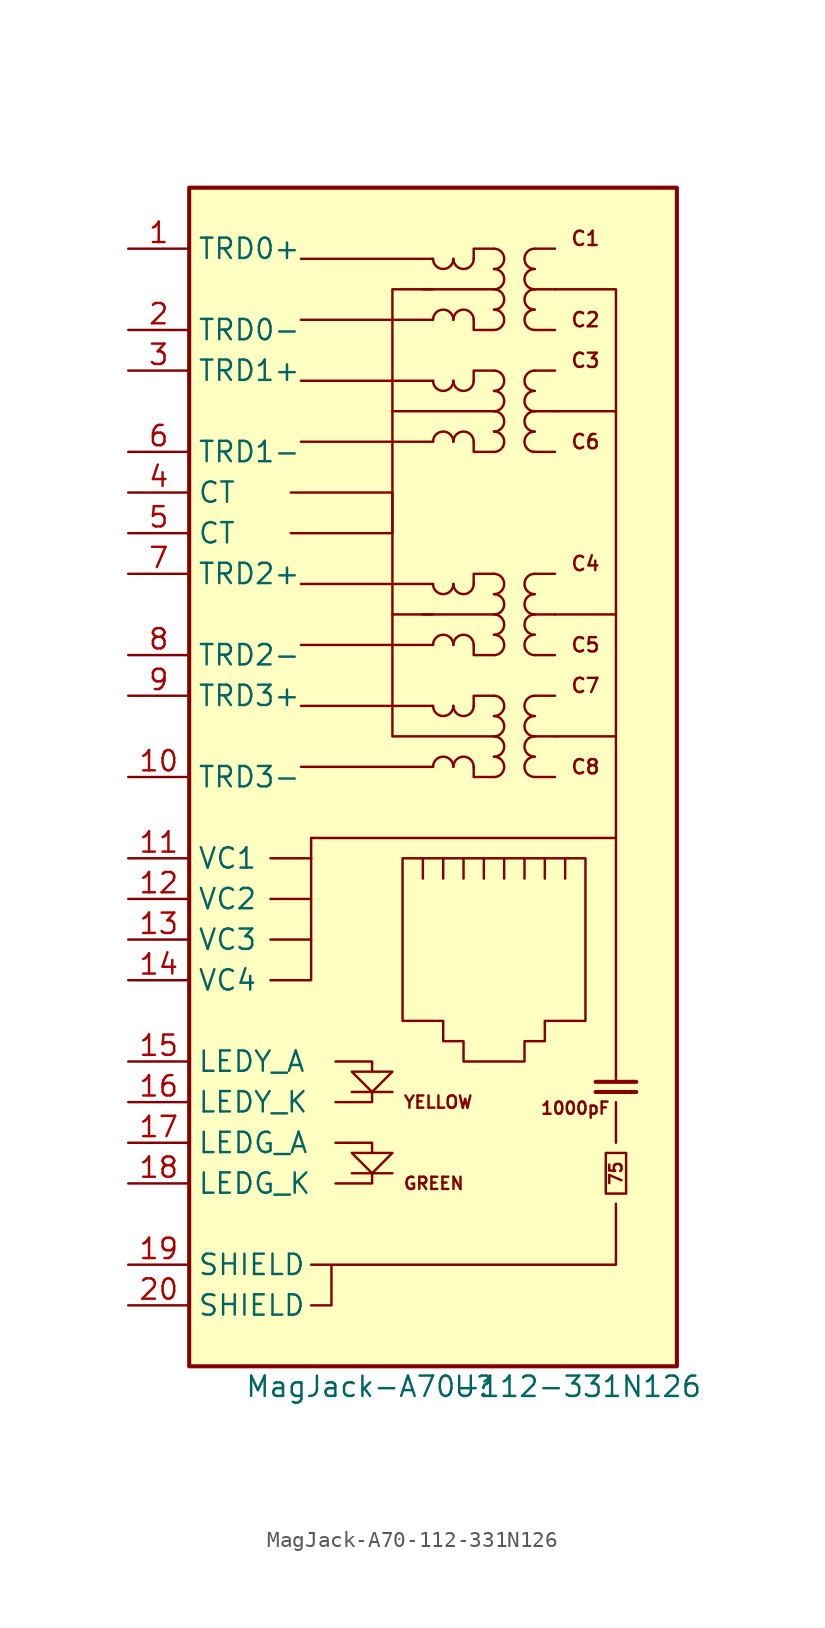
<source format=kicad_sym>
(kicad_symbol_lib
  (version 20231120)
  (generator "kicad_symbol_editor")
  (generator_version "8.0")
  (symbol "MagJack-A70-112-331N126"
    (property "Reference" "U"
      (at 0 0 0)
      (effects (font (size 1.27 1.27))))
    (property "Value" "MagJack-A70-112-331N126"
      (at 0 0 0)
      (effects (font (size 1.27 1.27))))
    (symbol "MagJack-A70-112-331N126_0_1"
      (polyline (pts (xy 1.27 40.64) (xy -5.08 40.64) (xy -5.08 48.26) (xy -2.54 48.26) (xy -5.08 48.26)) (stroke (width 0) (type default)) (fill (type none)))
      (polyline (pts (xy 1.27 60.96) (xy -5.08 60.96) (xy -5.08 68.58) (xy -2.54 68.58) (xy -5.08 68.58)) (stroke (width 0) (type default)) (fill (type none))))
    (symbol "MagJack-A70-112-331N126_1_1"
      (rectangle (start -17.78 1.27) (end 12.7 74.93) (stroke (width 0.254) (type default)) (fill (type background)))
      (arc (start -2.54 42.545) (mid -1.905 41.9127) (end -1.27 42.545) (stroke (width 0) (type default)) (fill (type none)))
      (arc (start -2.54 50.165) (mid -1.905 49.5327) (end -1.27 50.165) (stroke (width 0) (type default)) (fill (type none)))
      (arc (start -2.54 62.865) (mid -1.905 62.2327) (end -1.27 62.865) (stroke (width 0) (type default)) (fill (type none)))
      (arc (start -2.54 70.485) (mid -1.905 69.8527) (end -1.27 70.485) (stroke (width 0) (type default)) (fill (type none)))
      (arc (start -1.27 38.735) (mid -1.905 39.3672) (end -2.54 38.735) (stroke (width 0) (type default)) (fill (type none)))
      (arc (start -1.27 42.545) (mid -0.635 41.9127) (end 0 42.545) (stroke (width 0) (type default)) (fill (type none)))
      (arc (start -1.27 46.355) (mid -1.905 46.9872) (end -2.54 46.355) (stroke (width 0) (type default)) (fill (type none)))
      (arc (start -1.27 50.165) (mid -0.635 49.5327) (end 0 50.165) (stroke (width 0) (type default)) (fill (type none)))
      (arc (start -1.27 59.055) (mid -1.905 59.6872) (end -2.54 59.055) (stroke (width 0) (type default)) (fill (type none)))
      (arc (start -1.27 62.865) (mid -0.635 62.2327) (end 0 62.865) (stroke (width 0) (type default)) (fill (type none)))
      (arc (start -1.27 66.675) (mid -1.905 67.3072) (end -2.54 66.675) (stroke (width 0) (type default)) (fill (type none)))
      (arc (start -1.27 70.485) (mid -0.635 69.8527) (end 0 70.485) (stroke (width 0) (type default)) (fill (type none)))
      (polyline (pts (xy -12.7 27.94) (xy -10.16 27.94)) (stroke (width 0) (type default)) (fill (type none)))
      (polyline (pts (xy -12.7 30.48) (xy -10.16 30.48)) (stroke (width 0) (type default)) (fill (type none)))
      (polyline (pts (xy -12.7 33.02) (xy -10.16 33.02)) (stroke (width 0) (type default)) (fill (type none)))
      (polyline (pts (xy -10.16 33.02) (xy -10.16 34.29)) (stroke (width 0) (type default)) (fill (type none)))
      (polyline (pts (xy -5.08 13.335) (xy -7.62 13.335)) (stroke (width 0) (type default)) (fill (type none)))
      (polyline (pts (xy -5.08 18.415) (xy -7.62 18.415)) (stroke (width 0) (type default)) (fill (type none)))
      (polyline (pts (xy -5.08 48.26) (xy -5.08 60.96)) (stroke (width 0) (type default)) (fill (type none)))
      (polyline (pts (xy -3.175 31.75) (xy -3.175 33.02)) (stroke (width 0) (type default)) (fill (type none)))
      (polyline (pts (xy -3.175 48.26) (xy 1.27 48.26)) (stroke (width 0) (type default)) (fill (type none)))
      (polyline (pts (xy -3.175 68.58) (xy 1.27 68.58)) (stroke (width 0) (type default)) (fill (type none)))
      (polyline (pts (xy -2.54 38.735) (xy -10.795 38.735)) (stroke (width 0) (type default)) (fill (type none)))
      (polyline (pts (xy -2.54 42.545) (xy -10.795 42.545)) (stroke (width 0) (type default)) (fill (type none)))
      (polyline (pts (xy -2.54 46.355) (xy -10.795 46.355)) (stroke (width 0) (type default)) (fill (type none)))
      (polyline (pts (xy -2.54 50.165) (xy -10.795 50.165)) (stroke (width 0) (type default)) (fill (type none)))
      (polyline (pts (xy -2.54 59.055) (xy -10.795 59.055)) (stroke (width 0) (type default)) (fill (type none)))
      (polyline (pts (xy -2.54 62.865) (xy -10.795 62.865)) (stroke (width 0) (type default)) (fill (type none)))
      (polyline (pts (xy -2.54 66.675) (xy -10.795 66.675)) (stroke (width 0) (type default)) (fill (type none)))
      (polyline (pts (xy -2.54 70.485) (xy -10.795 70.485)) (stroke (width 0) (type default)) (fill (type none)))
      (polyline (pts (xy -1.905 33.02) (xy -1.905 31.75)) (stroke (width 0) (type default)) (fill (type none)))
      (polyline (pts (xy -0.635 33.02) (xy -0.635 31.75)) (stroke (width 0) (type default)) (fill (type none)))
      (polyline (pts (xy 0.635 33.02) (xy 0.635 31.75)) (stroke (width 0) (type default)) (fill (type none)))
      (polyline (pts (xy 1.905 33.02) (xy 1.905 31.75)) (stroke (width 0) (type default)) (fill (type none)))
      (polyline (pts (xy 3.175 33.02) (xy 3.175 31.75)) (stroke (width 0) (type default)) (fill (type none)))
      (polyline (pts (xy 3.81 38.1) (xy 5.08 38.1)) (stroke (width 0) (type default)) (fill (type none)))
      (polyline (pts (xy 3.81 40.64) (xy 5.08 40.64)) (stroke (width 0) (type default)) (fill (type none)))
      (polyline (pts (xy 3.81 43.18) (xy 5.08 43.18)) (stroke (width 0) (type default)) (fill (type none)))
      (polyline (pts (xy 3.81 45.72) (xy 5.08 45.72)) (stroke (width 0) (type default)) (fill (type none)))
      (polyline (pts (xy 3.81 48.26) (xy 5.08 48.26)) (stroke (width 0) (type default)) (fill (type none)))
      (polyline (pts (xy 3.81 50.8) (xy 5.08 50.8)) (stroke (width 0) (type default)) (fill (type none)))
      (polyline (pts (xy 3.81 58.42) (xy 5.08 58.42)) (stroke (width 0) (type default)) (fill (type none)))
      (polyline (pts (xy 3.81 60.96) (xy 5.08 60.96)) (stroke (width 0) (type default)) (fill (type none)))
      (polyline (pts (xy 3.81 63.5) (xy 5.08 63.5)) (stroke (width 0) (type default)) (fill (type none)))
      (polyline (pts (xy 3.81 66.04) (xy 5.08 66.04)) (stroke (width 0) (type default)) (fill (type none)))
      (polyline (pts (xy 3.81 68.58) (xy 5.08 68.58)) (stroke (width 0) (type default)) (fill (type none)))
      (polyline (pts (xy 3.81 71.12) (xy 5.08 71.12)) (stroke (width 0) (type default)) (fill (type none)))
      (polyline (pts (xy 4.445 31.75) (xy 4.445 33.02)) (stroke (width 0) (type default)) (fill (type none)))
      (polyline (pts (xy 5.08 40.64) (xy 8.89 40.64)) (stroke (width 0) (type default)) (fill (type none)))
      (polyline (pts (xy 5.08 48.26) (xy 8.89 48.26)) (stroke (width 0) (type default)) (fill (type none)))
      (polyline (pts (xy 5.08 60.96) (xy 8.89 60.96)) (stroke (width 0) (type default)) (fill (type none)))
      (polyline (pts (xy 5.715 31.75) (xy 5.715 33.02)) (stroke (width 0) (type default)) (fill (type none)))
      (polyline (pts (xy 7.62 18.415) (xy 10.16 18.415)) (stroke (width 0.254) (type default)) (fill (type none)))
      (polyline (pts (xy 7.62 19.05) (xy 10.16 19.05)) (stroke (width 0.254) (type default)) (fill (type none)))
      (polyline (pts (xy 8.89 15.24) (xy 8.89 17.78)) (stroke (width 0) (type default)) (fill (type none)))
      (polyline (pts (xy 8.89 19.05) (xy 8.89 34.29)) (stroke (width 0) (type default)) (fill (type none)))
      (polyline (pts (xy -10.16 33.02) (xy -10.16 25.4) (xy -12.7 25.4)) (stroke (width 0) (type default)) (fill (type none)))
      (polyline (pts (xy -8.636 12.7) (xy -6.35 12.7) (xy -6.35 13.335)) (stroke (width 0) (type default)) (fill (type none)))
      (polyline (pts (xy -8.636 15.24) (xy -6.35 15.24) (xy -6.35 14.605)) (stroke (width 0) (type default)) (fill (type none)))
      (polyline (pts (xy -8.636 20.32) (xy -6.35 20.32) (xy -6.35 19.685)) (stroke (width 0) (type default)) (fill (type none)))
      (polyline (pts (xy -6.35 18.415) (xy -6.35 17.78) (xy -8.636 17.78)) (stroke (width 0) (type default)) (fill (type none)))
      (polyline (pts (xy 0 38.735) (xy 0 38.1) (xy 1.27 38.1)) (stroke (width 0) (type default)) (fill (type none)))
      (polyline (pts (xy 0 46.355) (xy 0 45.72) (xy 1.27 45.72)) (stroke (width 0) (type default)) (fill (type none)))
      (polyline (pts (xy 0 59.055) (xy 0 58.42) (xy 1.27 58.42)) (stroke (width 0) (type default)) (fill (type none)))
      (polyline (pts (xy 0 66.675) (xy 0 66.04) (xy 1.27 66.04)) (stroke (width 0) (type default)) (fill (type none)))
      (polyline (pts (xy 1.27 43.18) (xy 0 43.18) (xy 0 42.545)) (stroke (width 0) (type default)) (fill (type none)))
      (polyline (pts (xy 1.27 50.8) (xy 0 50.8) (xy 0 50.165)) (stroke (width 0) (type default)) (fill (type none)))
      (polyline (pts (xy 1.27 63.5) (xy 0 63.5) (xy 0 62.865)) (stroke (width 0) (type default)) (fill (type none)))
      (polyline (pts (xy 1.27 71.12) (xy 0 71.12) (xy 0 70.485)) (stroke (width 0) (type default)) (fill (type none)))
      (polyline (pts (xy -11.43 53.34) (xy -5.08 53.34) (xy -5.08 55.88) (xy -11.43 55.88)) (stroke (width 0) (type default)) (fill (type none)))
      (polyline (pts (xy -10.16 34.29) (xy 8.89 34.29) (xy 8.89 68.58) (xy 5.08 68.58)) (stroke (width 0) (type default)) (fill (type none)))
      (polyline (pts (xy -7.62 19.685) (xy -5.08 19.685) (xy -6.35 18.415) (xy -7.62 19.685)) (stroke (width 0) (type default)) (fill (type none)))
      (polyline (pts (xy -5.08 14.605) (xy -7.62 14.605) (xy -6.35 13.335) (xy -5.08 14.605)) (stroke (width 0) (type default)) (fill (type none)))
      (polyline (pts (xy -10.16 5.08) (xy -8.89 5.08) (xy -8.89 7.62) (xy -10.16 7.62) (xy -8.89 7.62) (xy 8.89 7.62) (xy 8.89 11.43)) (stroke (width 0) (type default)) (fill (type none)))
      (polyline (pts (xy -4.445 33.02) (xy 6.985 33.02) (xy 6.985 22.86) (xy 4.445 22.86) (xy 4.445 21.59) (xy 3.175 21.59) (xy 3.175 20.32) (xy -0.635 20.32) (xy -0.635 21.59) (xy -1.905 21.59) (xy -1.905 22.86) (xy -4.445 22.86) (xy -4.445 33.02)) (stroke (width 0) (type default)) (fill (type none)))
      (arc (start 0 38.735) (mid -0.635 39.3672) (end -1.27 38.735) (stroke (width 0) (type default)) (fill (type none)))
      (arc (start 0 46.355) (mid -0.635 46.9872) (end -1.27 46.355) (stroke (width 0) (type default)) (fill (type none)))
      (arc (start 0 59.055) (mid -0.635 59.6872) (end -1.27 59.055) (stroke (width 0) (type default)) (fill (type none)))
      (arc (start 0 66.675) (mid -0.635 67.3072) (end -1.27 66.675) (stroke (width 0) (type default)) (fill (type none)))
      (arc (start 1.27 38.1) (mid 1.9022 38.735) (end 1.27 39.37) (stroke (width 0) (type default)) (fill (type none)))
      (arc (start 1.27 39.37) (mid 1.9022 40.005) (end 1.27 40.64) (stroke (width 0) (type default)) (fill (type none)))
      (arc (start 1.27 40.64) (mid 1.9022 41.275) (end 1.27 41.91) (stroke (width 0) (type default)) (fill (type none)))
      (arc (start 1.27 41.91) (mid 1.9022 42.545) (end 1.27 43.18) (stroke (width 0) (type default)) (fill (type none)))
      (arc (start 1.27 45.72) (mid 1.9022 46.355) (end 1.27 46.99) (stroke (width 0) (type default)) (fill (type none)))
      (arc (start 1.27 46.99) (mid 1.9022 47.625) (end 1.27 48.26) (stroke (width 0) (type default)) (fill (type none)))
      (arc (start 1.27 48.26) (mid 1.9022 48.895) (end 1.27 49.53) (stroke (width 0) (type default)) (fill (type none)))
      (arc (start 1.27 49.53) (mid 1.9022 50.165) (end 1.27 50.8) (stroke (width 0) (type default)) (fill (type none)))
      (arc (start 1.27 58.42) (mid 1.9022 59.055) (end 1.27 59.69) (stroke (width 0) (type default)) (fill (type none)))
      (arc (start 1.27 59.69) (mid 1.9022 60.325) (end 1.27 60.96) (stroke (width 0) (type default)) (fill (type none)))
      (arc (start 1.27 60.96) (mid 1.9022 61.595) (end 1.27 62.23) (stroke (width 0) (type default)) (fill (type none)))
      (arc (start 1.27 62.23) (mid 1.9022 62.865) (end 1.27 63.5) (stroke (width 0) (type default)) (fill (type none)))
      (arc (start 1.27 66.04) (mid 1.9022 66.675) (end 1.27 67.31) (stroke (width 0) (type default)) (fill (type none)))
      (arc (start 1.27 67.31) (mid 1.9022 67.945) (end 1.27 68.58) (stroke (width 0) (type default)) (fill (type none)))
      (arc (start 1.27 68.58) (mid 1.9022 69.215) (end 1.27 69.85) (stroke (width 0) (type default)) (fill (type none)))
      (arc (start 1.27 69.85) (mid 1.9022 70.485) (end 1.27 71.12) (stroke (width 0) (type default)) (fill (type none)))
      (arc (start 3.81 39.37) (mid 3.1777 38.735) (end 3.81 38.1) (stroke (width 0) (type default)) (fill (type none)))
      (arc (start 3.81 40.64) (mid 3.1777 40.005) (end 3.81 39.37) (stroke (width 0) (type default)) (fill (type none)))
      (arc (start 3.81 41.91) (mid 3.1777 41.275) (end 3.81 40.64) (stroke (width 0) (type default)) (fill (type none)))
      (arc (start 3.81 43.18) (mid 3.1777 42.545) (end 3.81 41.91) (stroke (width 0) (type default)) (fill (type none)))
      (arc (start 3.81 46.99) (mid 3.1777 46.355) (end 3.81 45.72) (stroke (width 0) (type default)) (fill (type none)))
      (arc (start 3.81 48.26) (mid 3.1777 47.625) (end 3.81 46.99) (stroke (width 0) (type default)) (fill (type none)))
      (arc (start 3.81 49.53) (mid 3.1777 48.895) (end 3.81 48.26) (stroke (width 0) (type default)) (fill (type none)))
      (arc (start 3.81 50.8) (mid 3.1777 50.165) (end 3.81 49.53) (stroke (width 0) (type default)) (fill (type none)))
      (arc (start 3.81 59.69) (mid 3.1777 59.055) (end 3.81 58.42) (stroke (width 0) (type default)) (fill (type none)))
      (arc (start 3.81 60.96) (mid 3.1777 60.325) (end 3.81 59.69) (stroke (width 0) (type default)) (fill (type none)))
      (arc (start 3.81 62.23) (mid 3.1777 61.595) (end 3.81 60.96) (stroke (width 0) (type default)) (fill (type none)))
      (arc (start 3.81 63.5) (mid 3.1777 62.865) (end 3.81 62.23) (stroke (width 0) (type default)) (fill (type none)))
      (arc (start 3.81 67.31) (mid 3.1777 66.675) (end 3.81 66.04) (stroke (width 0) (type default)) (fill (type none)))
      (arc (start 3.81 68.58) (mid 3.1777 67.945) (end 3.81 67.31) (stroke (width 0) (type default)) (fill (type none)))
      (arc (start 3.81 69.85) (mid 3.1777 69.215) (end 3.81 68.58) (stroke (width 0) (type default)) (fill (type none)))
      (arc (start 3.81 71.12) (mid 3.1777 70.485) (end 3.81 69.85) (stroke (width 0) (type default)) (fill (type none)))
      (rectangle (start 9.525 12.065) (end 8.255 14.605) (stroke (width 0) (type default)) (fill (type none)))
      (text "1000pF" (at 6.35 17.399 0) (effects (font (size 0.762 0.762))))
      (text "75" (at 8.89 13.335 900) (effects (font (size 0.762 0.762))))
      (text "C1" (at 6.985 71.755 0) (effects (font (size 0.889 0.889))))
      (text "C2" (at 6.985 66.675 0) (effects (font (size 0.889 0.889))))
      (text "C3" (at 6.985 64.135 0) (effects (font (size 0.889 0.889))))
      (text "C4" (at 6.985 51.435 0) (effects (font (size 0.889 0.889))))
      (text "C5" (at 6.985 46.355 0) (effects (font (size 0.889 0.889))))
      (text "C6" (at 6.985 59.055 0) (effects (font (size 0.889 0.889))))
      (text "C7" (at 6.985 43.815 0) (effects (font (size 0.889 0.889))))
      (text "C8" (at 6.985 38.735 0) (effects (font (size 0.889 0.889))))
      (text "GREEN" (at -4.445 12.7 0) (effects (font (size 0.762 0.762)) (justify left)))
      (text "YELLOW" (at -4.445 17.78 0) (effects (font (size 0.762 0.762)) (justify left)))
      (pin passive line (at -21.59 71.12 0) (length 3.81) (name "TRD0+" (effects (font (size 1.27 1.27)))) (number "1" (effects (font (size 1.27 1.27)))))
      (pin passive line (at -21.59 38.1 0) (length 3.81) (name "TRD3-" (effects (font (size 1.27 1.27)))) (number "10" (effects (font (size 1.27 1.27)))))
      (pin passive line (at -21.59 33.02 0) (length 3.81) (name "VC1" (effects (font (size 1.27 1.27)))) (number "11" (effects (font (size 1.27 1.27)))))
      (pin passive line (at -21.59 30.48 0) (length 3.81) (name "VC2" (effects (font (size 1.27 1.27)))) (number "12" (effects (font (size 1.27 1.27)))))
      (pin passive line (at -21.59 27.94 0) (length 3.81) (name "VC3" (effects (font (size 1.27 1.27)))) (number "13" (effects (font (size 1.27 1.27)))))
      (pin passive line (at -21.59 25.4 0) (length 3.81) (name "VC4" (effects (font (size 1.27 1.27)))) (number "14" (effects (font (size 1.27 1.27)))))
      (pin passive line (at -21.59 20.32 0) (length 3.81) (name "LEDY_A" (effects (font (size 1.27 1.27)))) (number "15" (effects (font (size 1.27 1.27)))))
      (pin passive line (at -21.59 17.78 0) (length 3.81) (name "LEDY_K" (effects (font (size 1.27 1.27)))) (number "16" (effects (font (size 1.27 1.27)))))
      (pin passive line (at -21.59 15.24 0) (length 3.81) (name "LEDG_A" (effects (font (size 1.27 1.27)))) (number "17" (effects (font (size 1.27 1.27)))))
      (pin passive line (at -21.59 12.7 0) (length 3.81) (name "LEDG_K" (effects (font (size 1.27 1.27)))) (number "18" (effects (font (size 1.27 1.27)))))
      (pin passive line (at -21.59 7.62 0) (length 3.81) (name "SHIELD" (effects (font (size 1.27 1.27)))) (number "19" (effects (font (size 1.27 1.27)))))
      (pin passive line (at -21.59 66.04 0) (length 3.81) (name "TRD0-" (effects (font (size 1.27 1.27)))) (number "2" (effects (font (size 1.27 1.27)))))
      (pin passive line (at -21.59 5.08 0) (length 3.81) (name "SHIELD" (effects (font (size 1.27 1.27)))) (number "20" (effects (font (size 1.27 1.27)))))
      (pin passive line (at -21.59 63.5 0) (length 3.81) (name "TRD1+" (effects (font (size 1.27 1.27)))) (number "3" (effects (font (size 1.27 1.27)))))
      (pin passive line (at -21.59 55.88 0) (length 3.81) (name "CT" (effects (font (size 1.27 1.27)))) (number "4" (effects (font (size 1.27 1.27)))))
      (pin passive line (at -21.59 53.34 0) (length 3.81) (name "CT" (effects (font (size 1.27 1.27)))) (number "5" (effects (font (size 1.27 1.27)))))
      (pin passive line (at -21.59 58.42 0) (length 3.81) (name "TRD1-" (effects (font (size 1.27 1.27)))) (number "6" (effects (font (size 1.27 1.27)))))
      (pin passive line (at -21.59 50.8 0) (length 3.81) (name "TRD2+" (effects (font (size 1.27 1.27)))) (number "7" (effects (font (size 1.27 1.27)))))
      (pin passive line (at -21.59 45.72 0) (length 3.81) (name "TRD2-" (effects (font (size 1.27 1.27)))) (number "8" (effects (font (size 1.27 1.27)))))
      (pin passive line (at -21.59 43.18 0) (length 3.81) (name "TRD3+" (effects (font (size 1.27 1.27)))) (number "9" (effects (font (size 1.27 1.27))))))))
</source>
